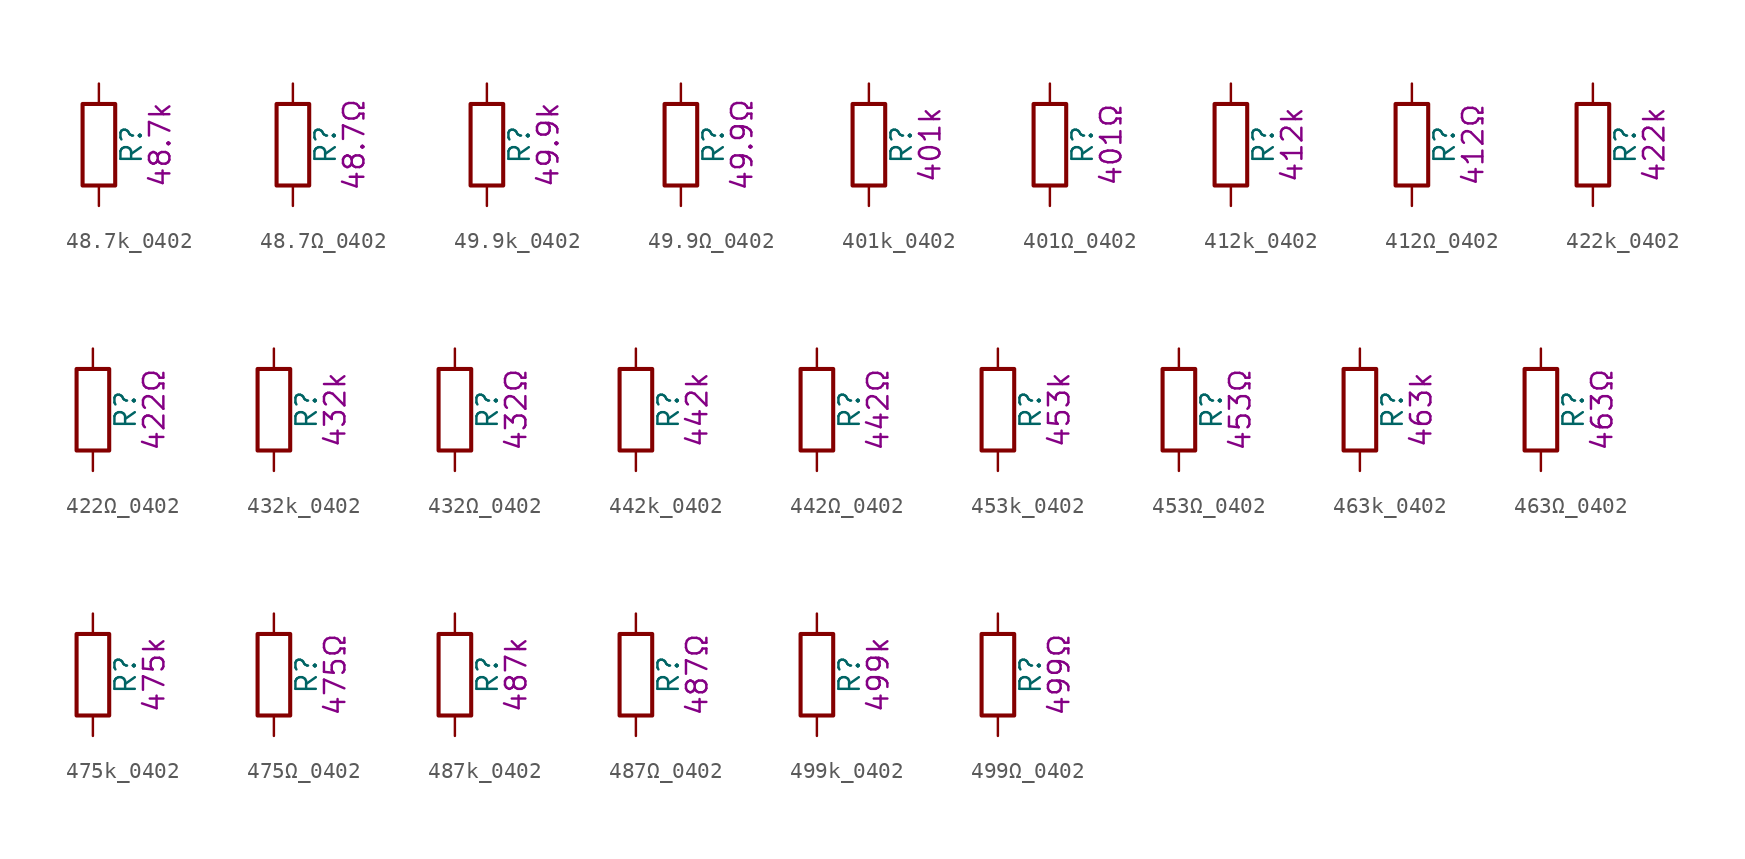
<source format=kicad_sym>
(kicad_symbol_lib
  (version 20211014)
  (generator kicad_symbol_editor)
  (symbol "48.7k_0402"
    (pin_numbers hide)
    (pin_names
      (offset 0))
    (property "Reference" "R"
      (at 2.032 0 90)
      (effects (font (size 1.27 1.27))))
    (property "Display" "48.7k"
      (at 3.81 0 90)
      (effects (font (size 1.27 1.27))))
    (symbol "48.7k_0402_0_1"
      (rectangle (start -1.016 -2.54) (end 1.016 2.54) (stroke (width 0.254) (type default) (color 0 0 0 0)) (fill (type none))))
    (symbol "48.7k_0402_1_1"
      (pin passive line (at 0 3.81 270) (length 1.27) (name "~" (effects (font (size 1.27 1.27)))) (number "1" (effects (font (size 1.27 1.27)))))
      (pin passive line (at 0 -3.81 90) (length 1.27) (name "~" (effects (font (size 1.27 1.27)))) (number "2" (effects (font (size 1.27 1.27)))))))
  (symbol "48.7Ω_0402"
    (pin_numbers hide)
    (pin_names
      (offset 0))
    (property "Reference" "R"
      (at 2.032 0 90)
      (effects (font (size 1.27 1.27))))
    (property "Display" "48.7Ω"
      (at 3.81 0 90)
      (effects (font (size 1.27 1.27))))
    (symbol "48.7Ω_0402_0_1"
      (rectangle (start -1.016 -2.54) (end 1.016 2.54) (stroke (width 0.254) (type default) (color 0 0 0 0)) (fill (type none))))
    (symbol "48.7Ω_0402_1_1"
      (pin passive line (at 0 3.81 270) (length 1.27) (name "~" (effects (font (size 1.27 1.27)))) (number "1" (effects (font (size 1.27 1.27)))))
      (pin passive line (at 0 -3.81 90) (length 1.27) (name "~" (effects (font (size 1.27 1.27)))) (number "2" (effects (font (size 1.27 1.27)))))))
  (symbol "49.9k_0402"
    (pin_numbers hide)
    (pin_names
      (offset 0))
    (property "Reference" "R"
      (at 2.032 0 90)
      (effects (font (size 1.27 1.27))))
    (property "Display" "49.9k"
      (at 3.81 0 90)
      (effects (font (size 1.27 1.27))))
    (symbol "49.9k_0402_0_1"
      (rectangle (start -1.016 -2.54) (end 1.016 2.54) (stroke (width 0.254) (type default) (color 0 0 0 0)) (fill (type none))))
    (symbol "49.9k_0402_1_1"
      (pin passive line (at 0 3.81 270) (length 1.27) (name "~" (effects (font (size 1.27 1.27)))) (number "1" (effects (font (size 1.27 1.27)))))
      (pin passive line (at 0 -3.81 90) (length 1.27) (name "~" (effects (font (size 1.27 1.27)))) (number "2" (effects (font (size 1.27 1.27)))))))
  (symbol "49.9Ω_0402"
    (pin_numbers hide)
    (pin_names
      (offset 0))
    (property "Reference" "R"
      (at 2.032 0 90)
      (effects (font (size 1.27 1.27))))
    (property "Display" "49.9Ω"
      (at 3.81 0 90)
      (effects (font (size 1.27 1.27))))
    (symbol "49.9Ω_0402_0_1"
      (rectangle (start -1.016 -2.54) (end 1.016 2.54) (stroke (width 0.254) (type default) (color 0 0 0 0)) (fill (type none))))
    (symbol "49.9Ω_0402_1_1"
      (pin passive line (at 0 3.81 270) (length 1.27) (name "~" (effects (font (size 1.27 1.27)))) (number "1" (effects (font (size 1.27 1.27)))))
      (pin passive line (at 0 -3.81 90) (length 1.27) (name "~" (effects (font (size 1.27 1.27)))) (number "2" (effects (font (size 1.27 1.27)))))))
  (symbol "401k_0402"
    (pin_numbers hide)
    (pin_names
      (offset 0))
    (property "Reference" "R"
      (at 2.032 0 90)
      (effects (font (size 1.27 1.27))))
    (property "Display" "401k"
      (at 3.81 0 90)
      (effects (font (size 1.27 1.27))))
    (symbol "401k_0402_0_1"
      (rectangle (start -1.016 -2.54) (end 1.016 2.54) (stroke (width 0.254) (type default) (color 0 0 0 0)) (fill (type none))))
    (symbol "401k_0402_1_1"
      (pin passive line (at 0 3.81 270) (length 1.27) (name "~" (effects (font (size 1.27 1.27)))) (number "1" (effects (font (size 1.27 1.27)))))
      (pin passive line (at 0 -3.81 90) (length 1.27) (name "~" (effects (font (size 1.27 1.27)))) (number "2" (effects (font (size 1.27 1.27)))))))
  (symbol "401Ω_0402"
    (pin_numbers hide)
    (pin_names
      (offset 0))
    (property "Reference" "R"
      (at 2.032 0 90)
      (effects (font (size 1.27 1.27))))
    (property "Display" "401Ω"
      (at 3.81 0 90)
      (effects (font (size 1.27 1.27))))
    (symbol "401Ω_0402_0_1"
      (rectangle (start -1.016 -2.54) (end 1.016 2.54) (stroke (width 0.254) (type default) (color 0 0 0 0)) (fill (type none))))
    (symbol "401Ω_0402_1_1"
      (pin passive line (at 0 3.81 270) (length 1.27) (name "~" (effects (font (size 1.27 1.27)))) (number "1" (effects (font (size 1.27 1.27)))))
      (pin passive line (at 0 -3.81 90) (length 1.27) (name "~" (effects (font (size 1.27 1.27)))) (number "2" (effects (font (size 1.27 1.27)))))))
  (symbol "412k_0402"
    (pin_numbers hide)
    (pin_names
      (offset 0))
    (property "Reference" "R"
      (at 2.032 0 90)
      (effects (font (size 1.27 1.27))))
    (property "Display" "412k"
      (at 3.81 0 90)
      (effects (font (size 1.27 1.27))))
    (symbol "412k_0402_0_1"
      (rectangle (start -1.016 -2.54) (end 1.016 2.54) (stroke (width 0.254) (type default) (color 0 0 0 0)) (fill (type none))))
    (symbol "412k_0402_1_1"
      (pin passive line (at 0 3.81 270) (length 1.27) (name "~" (effects (font (size 1.27 1.27)))) (number "1" (effects (font (size 1.27 1.27)))))
      (pin passive line (at 0 -3.81 90) (length 1.27) (name "~" (effects (font (size 1.27 1.27)))) (number "2" (effects (font (size 1.27 1.27)))))))
  (symbol "412Ω_0402"
    (pin_numbers hide)
    (pin_names
      (offset 0))
    (property "Reference" "R"
      (at 2.032 0 90)
      (effects (font (size 1.27 1.27))))
    (property "Display" "412Ω"
      (at 3.81 0 90)
      (effects (font (size 1.27 1.27))))
    (symbol "412Ω_0402_0_1"
      (rectangle (start -1.016 -2.54) (end 1.016 2.54) (stroke (width 0.254) (type default) (color 0 0 0 0)) (fill (type none))))
    (symbol "412Ω_0402_1_1"
      (pin passive line (at 0 3.81 270) (length 1.27) (name "~" (effects (font (size 1.27 1.27)))) (number "1" (effects (font (size 1.27 1.27)))))
      (pin passive line (at 0 -3.81 90) (length 1.27) (name "~" (effects (font (size 1.27 1.27)))) (number "2" (effects (font (size 1.27 1.27)))))))
  (symbol "422k_0402"
    (pin_numbers hide)
    (pin_names
      (offset 0))
    (property "Reference" "R"
      (at 2.032 0 90)
      (effects (font (size 1.27 1.27))))
    (property "Display" "422k"
      (at 3.81 0 90)
      (effects (font (size 1.27 1.27))))
    (symbol "422k_0402_0_1"
      (rectangle (start -1.016 -2.54) (end 1.016 2.54) (stroke (width 0.254) (type default) (color 0 0 0 0)) (fill (type none))))
    (symbol "422k_0402_1_1"
      (pin passive line (at 0 3.81 270) (length 1.27) (name "~" (effects (font (size 1.27 1.27)))) (number "1" (effects (font (size 1.27 1.27)))))
      (pin passive line (at 0 -3.81 90) (length 1.27) (name "~" (effects (font (size 1.27 1.27)))) (number "2" (effects (font (size 1.27 1.27)))))))
  (symbol "422Ω_0402"
    (pin_numbers hide)
    (pin_names
      (offset 0))
    (property "Reference" "R"
      (at 2.032 0 90)
      (effects (font (size 1.27 1.27))))
    (property "Display" "422Ω"
      (at 3.81 0 90)
      (effects (font (size 1.27 1.27))))
    (symbol "422Ω_0402_0_1"
      (rectangle (start -1.016 -2.54) (end 1.016 2.54) (stroke (width 0.254) (type default) (color 0 0 0 0)) (fill (type none))))
    (symbol "422Ω_0402_1_1"
      (pin passive line (at 0 3.81 270) (length 1.27) (name "~" (effects (font (size 1.27 1.27)))) (number "1" (effects (font (size 1.27 1.27)))))
      (pin passive line (at 0 -3.81 90) (length 1.27) (name "~" (effects (font (size 1.27 1.27)))) (number "2" (effects (font (size 1.27 1.27)))))))
  (symbol "432k_0402"
    (pin_numbers hide)
    (pin_names
      (offset 0))
    (property "Reference" "R"
      (at 2.032 0 90)
      (effects (font (size 1.27 1.27))))
    (property "Display" "432k"
      (at 3.81 0 90)
      (effects (font (size 1.27 1.27))))
    (symbol "432k_0402_0_1"
      (rectangle (start -1.016 -2.54) (end 1.016 2.54) (stroke (width 0.254) (type default) (color 0 0 0 0)) (fill (type none))))
    (symbol "432k_0402_1_1"
      (pin passive line (at 0 3.81 270) (length 1.27) (name "~" (effects (font (size 1.27 1.27)))) (number "1" (effects (font (size 1.27 1.27)))))
      (pin passive line (at 0 -3.81 90) (length 1.27) (name "~" (effects (font (size 1.27 1.27)))) (number "2" (effects (font (size 1.27 1.27)))))))
  (symbol "432Ω_0402"
    (pin_numbers hide)
    (pin_names
      (offset 0))
    (property "Reference" "R"
      (at 2.032 0 90)
      (effects (font (size 1.27 1.27))))
    (property "Display" "432Ω"
      (at 3.81 0 90)
      (effects (font (size 1.27 1.27))))
    (symbol "432Ω_0402_0_1"
      (rectangle (start -1.016 -2.54) (end 1.016 2.54) (stroke (width 0.254) (type default) (color 0 0 0 0)) (fill (type none))))
    (symbol "432Ω_0402_1_1"
      (pin passive line (at 0 3.81 270) (length 1.27) (name "~" (effects (font (size 1.27 1.27)))) (number "1" (effects (font (size 1.27 1.27)))))
      (pin passive line (at 0 -3.81 90) (length 1.27) (name "~" (effects (font (size 1.27 1.27)))) (number "2" (effects (font (size 1.27 1.27)))))))
  (symbol "442k_0402"
    (pin_numbers hide)
    (pin_names
      (offset 0))
    (property "Reference" "R"
      (at 2.032 0 90)
      (effects (font (size 1.27 1.27))))
    (property "Display" "442k"
      (at 3.81 0 90)
      (effects (font (size 1.27 1.27))))
    (symbol "442k_0402_0_1"
      (rectangle (start -1.016 -2.54) (end 1.016 2.54) (stroke (width 0.254) (type default) (color 0 0 0 0)) (fill (type none))))
    (symbol "442k_0402_1_1"
      (pin passive line (at 0 3.81 270) (length 1.27) (name "~" (effects (font (size 1.27 1.27)))) (number "1" (effects (font (size 1.27 1.27)))))
      (pin passive line (at 0 -3.81 90) (length 1.27) (name "~" (effects (font (size 1.27 1.27)))) (number "2" (effects (font (size 1.27 1.27)))))))
  (symbol "442Ω_0402"
    (pin_numbers hide)
    (pin_names
      (offset 0))
    (property "Reference" "R"
      (at 2.032 0 90)
      (effects (font (size 1.27 1.27))))
    (property "Display" "442Ω"
      (at 3.81 0 90)
      (effects (font (size 1.27 1.27))))
    (symbol "442Ω_0402_0_1"
      (rectangle (start -1.016 -2.54) (end 1.016 2.54) (stroke (width 0.254) (type default) (color 0 0 0 0)) (fill (type none))))
    (symbol "442Ω_0402_1_1"
      (pin passive line (at 0 3.81 270) (length 1.27) (name "~" (effects (font (size 1.27 1.27)))) (number "1" (effects (font (size 1.27 1.27)))))
      (pin passive line (at 0 -3.81 90) (length 1.27) (name "~" (effects (font (size 1.27 1.27)))) (number "2" (effects (font (size 1.27 1.27)))))))
  (symbol "453k_0402"
    (pin_numbers hide)
    (pin_names
      (offset 0))
    (property "Reference" "R"
      (at 2.032 0 90)
      (effects (font (size 1.27 1.27))))
    (property "Display" "453k"
      (at 3.81 0 90)
      (effects (font (size 1.27 1.27))))
    (symbol "453k_0402_0_1"
      (rectangle (start -1.016 -2.54) (end 1.016 2.54) (stroke (width 0.254) (type default) (color 0 0 0 0)) (fill (type none))))
    (symbol "453k_0402_1_1"
      (pin passive line (at 0 3.81 270) (length 1.27) (name "~" (effects (font (size 1.27 1.27)))) (number "1" (effects (font (size 1.27 1.27)))))
      (pin passive line (at 0 -3.81 90) (length 1.27) (name "~" (effects (font (size 1.27 1.27)))) (number "2" (effects (font (size 1.27 1.27)))))))
  (symbol "453Ω_0402"
    (pin_numbers hide)
    (pin_names
      (offset 0))
    (property "Reference" "R"
      (at 2.032 0 90)
      (effects (font (size 1.27 1.27))))
    (property "Display" "453Ω"
      (at 3.81 0 90)
      (effects (font (size 1.27 1.27))))
    (symbol "453Ω_0402_0_1"
      (rectangle (start -1.016 -2.54) (end 1.016 2.54) (stroke (width 0.254) (type default) (color 0 0 0 0)) (fill (type none))))
    (symbol "453Ω_0402_1_1"
      (pin passive line (at 0 3.81 270) (length 1.27) (name "~" (effects (font (size 1.27 1.27)))) (number "1" (effects (font (size 1.27 1.27)))))
      (pin passive line (at 0 -3.81 90) (length 1.27) (name "~" (effects (font (size 1.27 1.27)))) (number "2" (effects (font (size 1.27 1.27)))))))
  (symbol "463k_0402"
    (pin_numbers hide)
    (pin_names
      (offset 0))
    (property "Reference" "R"
      (at 2.032 0 90)
      (effects (font (size 1.27 1.27))))
    (property "Display" "463k"
      (at 3.81 0 90)
      (effects (font (size 1.27 1.27))))
    (symbol "463k_0402_0_1"
      (rectangle (start -1.016 -2.54) (end 1.016 2.54) (stroke (width 0.254) (type default) (color 0 0 0 0)) (fill (type none))))
    (symbol "463k_0402_1_1"
      (pin passive line (at 0 3.81 270) (length 1.27) (name "~" (effects (font (size 1.27 1.27)))) (number "1" (effects (font (size 1.27 1.27)))))
      (pin passive line (at 0 -3.81 90) (length 1.27) (name "~" (effects (font (size 1.27 1.27)))) (number "2" (effects (font (size 1.27 1.27)))))))
  (symbol "463Ω_0402"
    (pin_numbers hide)
    (pin_names
      (offset 0))
    (property "Reference" "R"
      (at 2.032 0 90)
      (effects (font (size 1.27 1.27))))
    (property "Display" "463Ω"
      (at 3.81 0 90)
      (effects (font (size 1.27 1.27))))
    (symbol "463Ω_0402_0_1"
      (rectangle (start -1.016 -2.54) (end 1.016 2.54) (stroke (width 0.254) (type default) (color 0 0 0 0)) (fill (type none))))
    (symbol "463Ω_0402_1_1"
      (pin passive line (at 0 3.81 270) (length 1.27) (name "~" (effects (font (size 1.27 1.27)))) (number "1" (effects (font (size 1.27 1.27)))))
      (pin passive line (at 0 -3.81 90) (length 1.27) (name "~" (effects (font (size 1.27 1.27)))) (number "2" (effects (font (size 1.27 1.27)))))))
  (symbol "475k_0402"
    (pin_numbers hide)
    (pin_names
      (offset 0))
    (property "Reference" "R"
      (at 2.032 0 90)
      (effects (font (size 1.27 1.27))))
    (property "Display" "475k"
      (at 3.81 0 90)
      (effects (font (size 1.27 1.27))))
    (symbol "475k_0402_0_1"
      (rectangle (start -1.016 -2.54) (end 1.016 2.54) (stroke (width 0.254) (type default) (color 0 0 0 0)) (fill (type none))))
    (symbol "475k_0402_1_1"
      (pin passive line (at 0 3.81 270) (length 1.27) (name "~" (effects (font (size 1.27 1.27)))) (number "1" (effects (font (size 1.27 1.27)))))
      (pin passive line (at 0 -3.81 90) (length 1.27) (name "~" (effects (font (size 1.27 1.27)))) (number "2" (effects (font (size 1.27 1.27)))))))
  (symbol "475Ω_0402"
    (pin_numbers hide)
    (pin_names
      (offset 0))
    (property "Reference" "R"
      (at 2.032 0 90)
      (effects (font (size 1.27 1.27))))
    (property "Display" "475Ω"
      (at 3.81 0 90)
      (effects (font (size 1.27 1.27))))
    (symbol "475Ω_0402_0_1"
      (rectangle (start -1.016 -2.54) (end 1.016 2.54) (stroke (width 0.254) (type default) (color 0 0 0 0)) (fill (type none))))
    (symbol "475Ω_0402_1_1"
      (pin passive line (at 0 3.81 270) (length 1.27) (name "~" (effects (font (size 1.27 1.27)))) (number "1" (effects (font (size 1.27 1.27)))))
      (pin passive line (at 0 -3.81 90) (length 1.27) (name "~" (effects (font (size 1.27 1.27)))) (number "2" (effects (font (size 1.27 1.27)))))))
  (symbol "487k_0402"
    (pin_numbers hide)
    (pin_names
      (offset 0))
    (property "Reference" "R"
      (at 2.032 0 90)
      (effects (font (size 1.27 1.27))))
    (property "Display" "487k"
      (at 3.81 0 90)
      (effects (font (size 1.27 1.27))))
    (symbol "487k_0402_0_1"
      (rectangle (start -1.016 -2.54) (end 1.016 2.54) (stroke (width 0.254) (type default) (color 0 0 0 0)) (fill (type none))))
    (symbol "487k_0402_1_1"
      (pin passive line (at 0 3.81 270) (length 1.27) (name "~" (effects (font (size 1.27 1.27)))) (number "1" (effects (font (size 1.27 1.27)))))
      (pin passive line (at 0 -3.81 90) (length 1.27) (name "~" (effects (font (size 1.27 1.27)))) (number "2" (effects (font (size 1.27 1.27)))))))
  (symbol "487Ω_0402"
    (pin_numbers hide)
    (pin_names
      (offset 0))
    (property "Reference" "R"
      (at 2.032 0 90)
      (effects (font (size 1.27 1.27))))
    (property "Display" "487Ω"
      (at 3.81 0 90)
      (effects (font (size 1.27 1.27))))
    (symbol "487Ω_0402_0_1"
      (rectangle (start -1.016 -2.54) (end 1.016 2.54) (stroke (width 0.254) (type default) (color 0 0 0 0)) (fill (type none))))
    (symbol "487Ω_0402_1_1"
      (pin passive line (at 0 3.81 270) (length 1.27) (name "~" (effects (font (size 1.27 1.27)))) (number "1" (effects (font (size 1.27 1.27)))))
      (pin passive line (at 0 -3.81 90) (length 1.27) (name "~" (effects (font (size 1.27 1.27)))) (number "2" (effects (font (size 1.27 1.27)))))))
  (symbol "499k_0402"
    (pin_numbers hide)
    (pin_names
      (offset 0))
    (property "Reference" "R"
      (at 2.032 0 90)
      (effects (font (size 1.27 1.27))))
    (property "Display" "499k"
      (at 3.81 0 90)
      (effects (font (size 1.27 1.27))))
    (symbol "499k_0402_0_1"
      (rectangle (start -1.016 -2.54) (end 1.016 2.54) (stroke (width 0.254) (type default) (color 0 0 0 0)) (fill (type none))))
    (symbol "499k_0402_1_1"
      (pin passive line (at 0 3.81 270) (length 1.27) (name "~" (effects (font (size 1.27 1.27)))) (number "1" (effects (font (size 1.27 1.27)))))
      (pin passive line (at 0 -3.81 90) (length 1.27) (name "~" (effects (font (size 1.27 1.27)))) (number "2" (effects (font (size 1.27 1.27)))))))
  (symbol "499Ω_0402"
    (pin_numbers hide)
    (pin_names
      (offset 0))
    (property "Reference" "R"
      (at 2.032 0 90)
      (effects (font (size 1.27 1.27))))
    (property "Display" "499Ω"
      (at 3.81 0 90)
      (effects (font (size 1.27 1.27))))
    (symbol "499Ω_0402_0_1"
      (rectangle (start -1.016 -2.54) (end 1.016 2.54) (stroke (width 0.254) (type default) (color 0 0 0 0)) (fill (type none))))
    (symbol "499Ω_0402_1_1"
      (pin passive line (at 0 3.81 270) (length 1.27) (name "~" (effects (font (size 1.27 1.27)))) (number "1" (effects (font (size 1.27 1.27)))))
      (pin passive line (at 0 -3.81 90) (length 1.27) (name "~" (effects (font (size 1.27 1.27)))) (number "2" (effects (font (size 1.27 1.27))))))))
</source>
